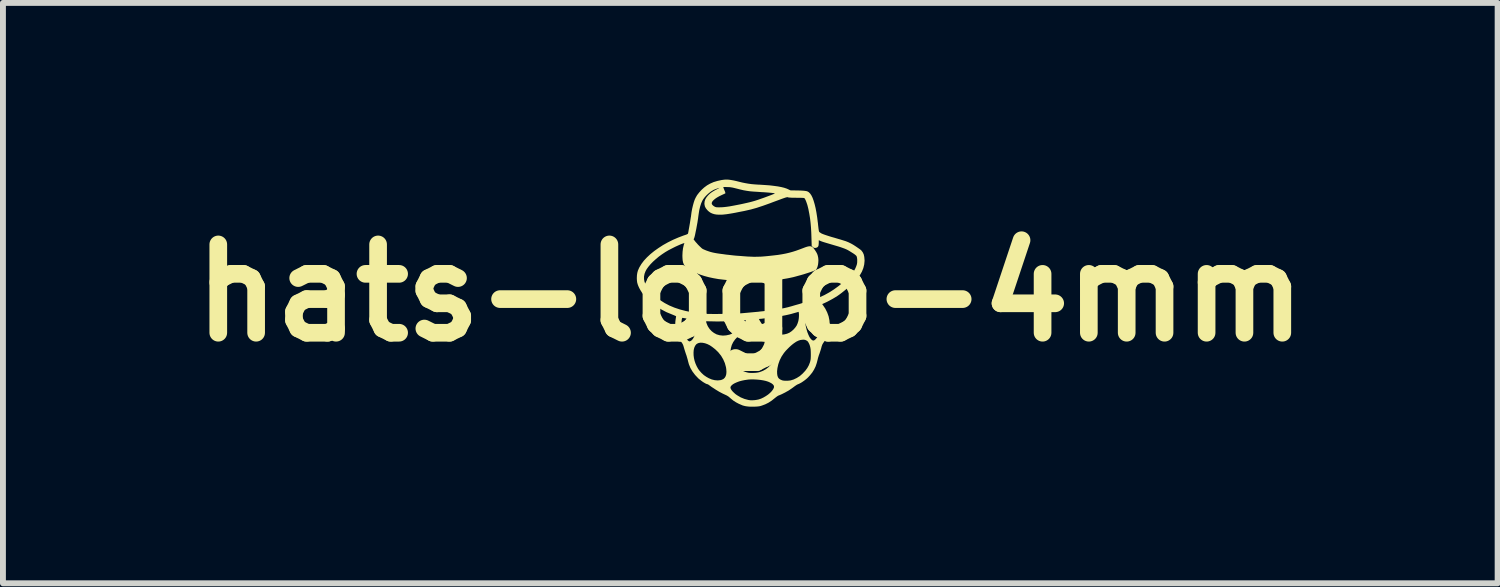
<source format=kicad_pcb>
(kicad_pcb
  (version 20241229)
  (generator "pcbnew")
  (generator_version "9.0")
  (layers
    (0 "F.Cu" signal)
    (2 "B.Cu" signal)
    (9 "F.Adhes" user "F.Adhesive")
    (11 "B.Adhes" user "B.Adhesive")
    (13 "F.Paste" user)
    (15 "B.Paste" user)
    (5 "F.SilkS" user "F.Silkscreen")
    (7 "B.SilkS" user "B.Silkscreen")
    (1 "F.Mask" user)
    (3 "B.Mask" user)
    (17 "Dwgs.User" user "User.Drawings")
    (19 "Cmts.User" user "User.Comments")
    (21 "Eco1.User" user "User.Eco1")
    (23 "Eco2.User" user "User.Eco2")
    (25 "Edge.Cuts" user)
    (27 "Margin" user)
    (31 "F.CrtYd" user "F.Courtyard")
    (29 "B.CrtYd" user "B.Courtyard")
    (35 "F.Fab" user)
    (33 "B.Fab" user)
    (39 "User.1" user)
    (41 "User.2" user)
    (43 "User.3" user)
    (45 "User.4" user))
  (footprint "hats-logo-4mm"
    (layer "F.Cu")
    (at 9.693 1.923)
    (property "Reference" "hats-logo-4mm" (at 0 0 0) (layer "F.SilkS") (effects (font (size 1.5 1.5) (thickness 0.3))))
    (attr board_only exclude_from_pos_files exclude_from_bom)
    (fp_poly (pts (xy -0.363 -1.921) (xy -0.328 -1.916) (xy -0.288 -1.909) (xy -0.242 -1.899) (xy -0.198 -1.888) (xy -0.137 -1.873) (xy -0.082 -1.862) (xy -0.03 -1.853) (xy 0.022 -1.846) (xy 0.078 -1.841) (xy 0.139 -1.837) (xy 0.149 -1.837) (xy 0.242 -1.831) (xy 0.327 -1.825) (xy 0.402 -1.816) (xy 0.468 -1.807) (xy 0.526 -1.796) (xy 0.575 -1.784) (xy 0.617 -1.77) (xy 0.642 -1.759) (xy 0.681 -1.74) (xy 0.804 -1.738) (xy 0.848 -1.737) (xy 0.884 -1.735) (xy 0.913 -1.733) (xy 0.936 -1.73) (xy 0.955 -1.727) (xy 0.97 -1.722) (xy 0.982 -1.716) (xy 0.994 -1.708) (xy 0.995 -1.707) (xy 1.017 -1.685) (xy 1.038 -1.654) (xy 1.058 -1.613) (xy 1.076 -1.563) (xy 1.093 -1.505) (xy 1.109 -1.439) (xy 1.123 -1.365) (xy 1.136 -1.282) (xy 1.147 -1.193) (xy 1.148 -1.189) (xy 1.152 -1.147) (xy 1.156 -1.113) (xy 1.159 -1.087) (xy 1.162 -1.068) (xy 1.164 -1.054) (xy 1.167 -1.044) (xy 1.169 -1.037) (xy 1.173 -1.033) (xy 1.177 -1.029) (xy 1.182 -1.025) (xy 1.186 -1.023) (xy 1.196 -1.016) (xy 1.209 -1.008) (xy 1.225 -1.001) (xy 1.245 -0.993) (xy 1.27 -0.984) (xy 1.3 -0.974) (xy 1.337 -0.962) (xy 1.382 -0.948) (xy 1.436 -0.933) (xy 1.442 -0.931) (xy 1.492 -0.916) (xy 1.534 -0.904) (xy 1.569 -0.893) (xy 1.598 -0.884) (xy 1.623 -0.876) (xy 1.643 -0.868) (xy 1.661 -0.861) (xy 1.678 -0.853) (xy 1.694 -0.845) (xy 1.705 -0.84) (xy 1.729 -0.827) (xy 1.756 -0.811) (xy 1.784 -0.793) (xy 1.812 -0.774) (xy 1.838 -0.756) (xy 1.861 -0.74) (xy 1.879 -0.726) (xy 1.889 -0.716) (xy 1.911 -0.686) (xy 1.927 -0.651) (xy 1.936 -0.61) (xy 1.94 -0.562) (xy 1.941 -0.545) (xy 1.935 -0.482) (xy 1.92 -0.42) (xy 1.896 -0.36) (xy 1.862 -0.3) (xy 1.818 -0.242) (xy 1.789 -0.21) (xy 1.749 -0.17) (xy 1.703 -0.127) (xy 1.654 -0.082) (xy 1.602 -0.039) (xy 1.552 0.001) (xy 1.516 0.028) (xy 1.482 0.052) (xy 1.442 0.077) (xy 1.398 0.103) (xy 1.352 0.128) (xy 1.309 0.151) (xy 1.288 0.161) (xy 1.221 0.192) (xy 1.233 0.208) (xy 1.274 0.269) (xy 1.306 0.333) (xy 1.33 0.399) (xy 1.344 0.467) (xy 1.35 0.536) (xy 1.348 0.583) (xy 1.338 0.646) (xy 1.321 0.705) (xy 1.296 0.763) (xy 1.262 0.82) (xy 1.236 0.857) (xy 1.224 0.878) (xy 1.213 0.908) (xy 1.209 0.923) (xy 1.203 0.946) (xy 1.194 0.975) (xy 1.184 1.006) (xy 1.175 1.033) (xy 1.165 1.059) (xy 1.157 1.085) (xy 1.15 1.108) (xy 1.146 1.125) (xy 1.146 1.126) (xy 1.129 1.192) (xy 1.109 1.251) (xy 1.083 1.304) (xy 1.052 1.354) (xy 1.014 1.401) (xy 0.98 1.438) (xy 0.956 1.46) (xy 0.929 1.482) (xy 0.9 1.503) (xy 0.872 1.522) (xy 0.845 1.537) (xy 0.823 1.548) (xy 0.812 1.552) (xy 0.803 1.556) (xy 0.788 1.564) (xy 0.77 1.576) (xy 0.749 1.591) (xy 0.747 1.592) (xy 0.725 1.609) (xy 0.701 1.626) (xy 0.68 1.64) (xy 0.666 1.65) (xy 0.646 1.663) (xy 0.62 1.677) (xy 0.592 1.693) (xy 0.562 1.708) (xy 0.534 1.722) (xy 0.509 1.733) (xy 0.49 1.741) (xy 0.488 1.741) (xy 0.469 1.75) (xy 0.448 1.764) (xy 0.421 1.785) (xy 0.42 1.786) (xy 0.365 1.83) (xy 0.31 1.866) (xy 0.254 1.894) (xy 0.195 1.916) (xy 0.165 1.925) (xy 0.141 1.929) (xy 0.109 1.932) (xy 0.072 1.934) (xy 0.033 1.934) (xy -0.005 1.934) (xy -0.041 1.931) (xy -0.071 1.927) (xy -0.088 1.924) (xy -0.108 1.919) (xy -0.126 1.914) (xy -0.138 1.91) (xy -0.139 1.909) (xy -0.195 1.885) (xy -0.244 1.859) (xy -0.289 1.83) (xy -0.332 1.795) (xy -0.341 1.787) (xy -0.369 1.763) (xy -0.396 1.746) (xy -0.408 1.74) (xy -0.466 1.713) (xy -0.527 1.681) (xy -0.588 1.644) (xy -0.641 1.609) (xy -0.337 1.609) (xy -0.333 1.627) (xy -0.321 1.649) (xy -0.303 1.672) (xy -0.279 1.696) (xy -0.251 1.721) (xy -0.222 1.741) (xy -0.163 1.776) (xy -0.1 1.802) (xy -0.037 1.819) (xy -0.022 1.822) (xy 0.006 1.825) (xy 0.039 1.825) (xy 0.075 1.823) (xy 0.109 1.818) (xy 0.139 1.812) (xy 0.139 1.812) (xy 0.182 1.798) (xy 0.224 1.778) (xy 0.265 1.754) (xy 0.303 1.728) (xy 0.337 1.699) (xy 0.365 1.67) (xy 0.387 1.64) (xy 0.401 1.612) (xy 0.403 1.591) (xy 0.397 1.572) (xy 0.382 1.554) (xy 0.358 1.536) (xy 0.325 1.519) (xy 0.302 1.509) (xy 0.264 1.497) (xy 0.219 1.487) (xy 0.168 1.479) (xy 0.115 1.474) (xy 0.06 1.471) (xy 0.007 1.471) (xy -0.042 1.474) (xy -0.044 1.475) (xy -0.094 1.482) (xy -0.142 1.492) (xy -0.187 1.504) (xy -0.227 1.519) (xy -0.263 1.535) (xy -0.293 1.552) (xy -0.315 1.57) (xy -0.331 1.588) (xy -0.337 1.606) (xy -0.337 1.609) (xy -0.641 1.609) (xy -0.647 1.606) (xy -0.679 1.583) (xy -0.697 1.57) (xy -0.711 1.56) (xy -0.721 1.554) (xy -0.725 1.553) (xy -0.738 1.55) (xy -0.757 1.542) (xy -0.78 1.529) (xy -0.806 1.513) (xy -0.832 1.494) (xy -0.858 1.474) (xy -0.881 1.455) (xy -0.885 1.451) (xy -0.937 1.396) (xy -0.981 1.338) (xy -1.017 1.277) (xy -1.043 1.213) (xy -1.058 1.158) (xy -1.062 1.14) (xy -1.069 1.116) (xy -1.077 1.088) (xy -1.086 1.058) (xy -1.092 1.043) (xy -1.101 1.015) (xy -0.964 1.015) (xy -0.963 1.061) (xy -0.957 1.108) (xy -0.946 1.156) (xy -0.93 1.203) (xy -0.91 1.248) (xy -0.886 1.291) (xy -0.866 1.319) (xy -0.828 1.362) (xy -0.789 1.398) (xy -0.745 1.428) (xy -0.704 1.451) (xy -0.654 1.472) (xy -0.603 1.484) (xy -0.553 1.488) (xy -0.505 1.483) (xy -0.484 1.477) (xy -0.456 1.464) (xy -0.434 1.443) (xy -0.418 1.416) (xy -0.408 1.382) (xy -0.405 1.342) (xy -0.408 1.296) (xy -0.413 1.263) (xy -0.432 1.194) (xy -0.46 1.13) (xy -0.496 1.069) (xy -0.542 1.012) (xy -0.542 1.011) (xy -0.337 1.011) (xy -0.332 1.068) (xy -0.319 1.122) (xy -0.297 1.173) (xy -0.267 1.219) (xy -0.229 1.26) (xy -0.185 1.295) (xy -0.134 1.324) (xy -0.086 1.343) (xy -0.059 1.351) (xy -0.035 1.357) (xy -0.009 1.36) (xy 0.02 1.361) (xy 0.056 1.361) (xy 0.059 1.36) (xy 0.09 1.359) (xy 0.115 1.356) (xy 0.138 1.352) (xy 0.16 1.346) (xy 0.161 1.346) (xy 0.198 1.332) (xy 0.455 1.332) (xy 0.456 1.374) (xy 0.461 1.408) (xy 0.471 1.436) (xy 0.487 1.457) (xy 0.51 1.473) (xy 0.54 1.486) (xy 0.547 1.488) (xy 0.57 1.492) (xy 0.598 1.494) (xy 0.63 1.494) (xy 0.66 1.491) (xy 0.684 1.488) (xy 0.737 1.472) (xy 0.789 1.447) (xy 0.84 1.415) (xy 0.886 1.375) (xy 0.891 1.37) (xy 0.934 1.324) (xy 0.968 1.278) (xy 0.994 1.231) (xy 1.013 1.182) (xy 1.017 1.168) (xy 1.021 1.152) (xy 1.024 1.137) (xy 1.026 1.119) (xy 1.027 1.098) (xy 1.028 1.07) (xy 1.028 1.043) (xy 1.027 0.998) (xy 1.025 0.961) (xy 1.02 0.93) (xy 1.013 0.902) (xy 1.004 0.876) (xy 0.991 0.849) (xy 0.991 0.849) (xy 0.98 0.832) (xy 0.97 0.82) (xy 0.956 0.811) (xy 0.949 0.808) (xy 0.935 0.801) (xy 0.922 0.798) (xy 0.909 0.796) (xy 0.89 0.797) (xy 0.883 0.797) (xy 0.849 0.802) (xy 0.816 0.813) (xy 0.781 0.83) (xy 0.744 0.855) (xy 0.725 0.869) (xy 0.696 0.893) (xy 0.664 0.922) (xy 0.633 0.953) (xy 0.603 0.984) (xy 0.579 1.013) (xy 0.571 1.023) (xy 0.531 1.083) (xy 0.499 1.147) (xy 0.476 1.212) (xy 0.461 1.279) (xy 0.455 1.332) (xy 0.198 1.332) (xy 0.216 1.325) (xy 0.265 1.297) (xy 0.309 1.263) (xy 0.346 1.224) (xy 0.377 1.18) (xy 0.4 1.133) (xy 0.416 1.084) (xy 0.424 1.032) (xy 0.423 0.98) (xy 0.414 0.928) (xy 0.395 0.876) (xy 0.393 0.872) (xy 0.365 0.823) (xy 0.329 0.78) (xy 0.287 0.742) (xy 0.239 0.71) (xy 0.187 0.685) (xy 0.132 0.667) (xy 0.075 0.657) (xy 0.018 0.656) (xy -0.01 0.659) (xy -0.07 0.671) (xy -0.125 0.691) (xy -0.175 0.718) (xy -0.22 0.752) (xy -0.258 0.792) (xy -0.29 0.837) (xy -0.314 0.886) (xy -0.329 0.939) (xy -0.337 0.996) (xy -0.337 1.011) (xy -0.542 1.011) (xy -0.596 0.959) (xy -0.647 0.919) (xy -0.687 0.892) (xy -0.729 0.871) (xy -0.769 0.857) (xy -0.808 0.849) (xy -0.844 0.847) (xy -0.876 0.852) (xy -0.903 0.864) (xy -0.919 0.876) (xy -0.938 0.902) (xy -0.952 0.934) (xy -0.961 0.972) (xy -0.964 1.015) (xy -1.101 1.015) (xy -1.102 1.013) (xy -1.112 0.981) (xy -1.121 0.952) (xy -1.128 0.928) (xy -1.13 0.92) (xy -1.137 0.897) (xy -1.144 0.879) (xy -1.153 0.862) (xy -1.166 0.843) (xy -1.173 0.833) (xy -1.212 0.773) (xy -1.242 0.711) (xy -1.262 0.646) (xy -1.273 0.579) (xy -1.275 0.535) (xy -1.274 0.513) (xy -1.169 0.513) (xy -1.169 0.543) (xy -1.167 0.573) (xy -1.164 0.601) (xy -1.16 0.626) (xy -1.158 0.635) (xy -1.144 0.677) (xy -1.127 0.718) (xy -1.106 0.755) (xy -1.084 0.786) (xy -1.06 0.809) (xy -1.057 0.812) (xy -1.044 0.821) (xy -1.035 0.825) (xy -1.027 0.824) (xy -1.014 0.819) (xy -0.995 0.806) (xy -0.977 0.785) (xy -0.959 0.755) (xy -0.943 0.717) (xy -0.927 0.673) (xy -0.913 0.622) (xy -0.902 0.57) (xy -0.895 0.536) (xy -0.891 0.511) (xy -0.888 0.493) (xy -0.887 0.485) (xy -0.75 0.485) (xy -0.75 0.491) (xy -0.747 0.505) (xy -0.741 0.522) (xy -0.733 0.542) (xy -0.725 0.561) (xy -0.717 0.576) (xy -0.69 0.616) (xy -0.656 0.652) (xy -0.618 0.681) (xy -0.576 0.704) (xy -0.572 0.706) (xy -0.52 0.721) (xy -0.465 0.727) (xy -0.41 0.723) (xy -0.354 0.711) (xy -0.342 0.707) (xy -0.284 0.682) (xy -0.23 0.65) (xy -0.18 0.611) (xy -0.137 0.567) (xy -0.114 0.536) (xy -0.098 0.513) (xy -0.086 0.493) (xy -0.078 0.478) (xy -0.074 0.468) (xy -0.074 0.466) (xy -0.079 0.466) (xy -0.093 0.467) (xy -0.113 0.468) (xy -0.137 0.47) (xy -0.161 0.472) (xy -0.211 0.475) (xy -0.266 0.478) (xy -0.325 0.481) (xy -0.385 0.483) (xy -0.446 0.485) (xy -0.504 0.486) (xy -0.558 0.487) (xy -0.606 0.486) (xy -0.647 0.485) (xy -0.651 0.485) (xy -0.681 0.484) (xy -0.707 0.484) (xy -0.729 0.483) (xy -0.743 0.484) (xy -0.75 0.484) (xy -0.75 0.485) (xy -0.887 0.485) (xy -0.886 0.481) (xy -0.886 0.473) (xy -0.888 0.47) (xy -0.89 0.469) (xy -0.9 0.468) (xy -0.918 0.466) (xy -0.941 0.462) (xy -0.968 0.458) (xy -0.998 0.453) (xy -1.027 0.448) (xy -1.043 0.445) (xy 0.146 0.445) (xy 0.164 0.478) (xy 0.199 0.533) (xy 0.241 0.582) (xy 0.288 0.624) (xy 0.34 0.659) (xy 0.396 0.686) (xy 0.415 0.693) (xy 0.461 0.706) (xy 0.504 0.711) (xy 0.547 0.71) (xy 0.579 0.706) (xy 0.624 0.695) (xy 0.664 0.678) (xy 0.701 0.653) (xy 0.735 0.623) (xy 0.764 0.59) (xy 0.787 0.557) (xy 0.803 0.521) (xy 0.816 0.48) (xy 0.82 0.459) (xy 0.824 0.433) (xy 0.826 0.406) (xy 0.827 0.379) (xy 0.826 0.355) (xy 0.824 0.338) (xy 0.823 0.333) (xy 0.82 0.323) (xy 0.787 0.333) (xy 0.74 0.346) (xy 0.695 0.359) (xy 0.65 0.37) (xy 0.605 0.38) (xy 0.558 0.389) (xy 0.509 0.398) (xy 0.455 0.406) (xy 0.397 0.415) (xy 0.332 0.423) (xy 0.26 0.432) (xy 0.179 0.442) (xy 0.172 0.442) (xy 0.146 0.445) (xy -1.043 0.445) (xy -1.055 0.443) (xy -1.079 0.439) (xy -1.087 0.437) (xy -1.11 0.432) (xy -1.13 0.429) (xy -1.144 0.426) (xy -1.151 0.425) (xy -1.151 0.425) (xy -1.157 0.43) (xy -1.162 0.442) (xy -1.165 0.462) (xy -1.168 0.486) (xy -1.169 0.513) (xy -1.274 0.513) (xy -1.274 0.51) (xy -1.272 0.482) (xy -1.268 0.452) (xy -1.264 0.425) (xy -1.26 0.403) (xy -1.26 0.401) (xy -1.263 0.397) (xy -1.276 0.39) (xy -1.299 0.38) (xy -1.326 0.369) (xy -1.425 0.328) (xy -1.516 0.28) (xy -1.6 0.227) (xy -1.679 0.166) (xy -1.752 0.099) (xy -1.797 0.051) (xy -1.835 0.004) (xy -1.865 -0.043) (xy -1.886 -0.081) (xy -1.902 -0.116) (xy -1.913 -0.146) (xy -1.921 -0.175) (xy -1.925 -0.205) (xy -1.927 -0.239) (xy -1.927 -0.254) (xy -1.926 -0.277) (xy -1.805 -0.277) (xy -1.805 -0.232) (xy -1.796 -0.186) (xy -1.777 -0.139) (xy -1.75 -0.092) (xy -1.714 -0.043) (xy -1.668 0.008) (xy -1.661 0.015) (xy -1.597 0.074) (xy -1.528 0.127) (xy -1.454 0.174) (xy -1.374 0.216) (xy -1.288 0.252) (xy -1.195 0.283) (xy -1.096 0.309) (xy -0.989 0.33) (xy -0.874 0.346) (xy -0.767 0.356) (xy -0.743 0.358) (xy -0.711 0.359) (xy -0.671 0.359) (xy -0.626 0.36) (xy -0.577 0.36) (xy -0.525 0.359) (xy -0.471 0.359) (xy -0.417 0.358) (xy -0.365 0.357) (xy -0.315 0.356) (xy -0.269 0.354) (xy -0.228 0.353) (xy -0.194 0.351) (xy -0.178 0.35) (xy -0.062 0.34) (xy 0.045 0.33) (xy 0.144 0.321) (xy 0.155 0.319) (xy 0.919 0.319) (xy 0.919 0.339) (xy 0.92 0.366) (xy 0.92 0.371) (xy 0.924 0.438) (xy 0.932 0.502) (xy 0.942 0.563) (xy 0.955 0.619) (xy 0.97 0.67) (xy 0.988 0.715) (xy 1.006 0.753) (xy 1.027 0.782) (xy 1.034 0.79) (xy 1.052 0.805) (xy 1.068 0.811) (xy 1.084 0.808) (xy 1.101 0.796) (xy 1.101 0.796) (xy 1.118 0.778) (xy 1.137 0.753) (xy 1.154 0.724) (xy 1.17 0.694) (xy 1.177 0.679) (xy 1.191 0.636) (xy 1.201 0.594) (xy 1.205 0.549) (xy 1.205 0.499) (xy 1.205 0.496) (xy 1.201 0.449) (xy 1.194 0.408) (xy 1.182 0.37) (xy 1.165 0.333) (xy 1.16 0.324) (xy 1.149 0.305) (xy 1.137 0.286) (xy 1.124 0.269) (xy 1.112 0.254) (xy 1.103 0.243) (xy 1.098 0.239) (xy 1.091 0.241) (xy 1.076 0.245) (xy 1.057 0.251) (xy 1.033 0.258) (xy 1.008 0.266) (xy 0.984 0.274) (xy 0.961 0.281) (xy 0.942 0.288) (xy 0.929 0.293) (xy 0.924 0.295) (xy 0.921 0.299) (xy 0.919 0.307) (xy 0.919 0.319) (xy 0.155 0.319) (xy 0.234 0.311) (xy 0.316 0.301) (xy 0.39 0.291) (xy 0.458 0.281) (xy 0.52 0.27) (xy 0.575 0.26) (xy 0.626 0.248) (xy 0.64 0.245) (xy 0.668 0.237) (xy 0.702 0.228) (xy 0.742 0.216) (xy 0.787 0.203) (xy 0.834 0.19) (xy 0.881 0.175) (xy 0.928 0.161) (xy 0.972 0.148) (xy 1.012 0.135) (xy 1.046 0.124) (xy 1.072 0.116) (xy 1.075 0.115) (xy 1.169 0.079) (xy 1.256 0.04) (xy 1.338 -0.005) (xy 1.417 -0.055) (xy 1.496 -0.112) (xy 1.521 -0.132) (xy 1.551 -0.157) (xy 1.583 -0.185) (xy 1.616 -0.214) (xy 1.648 -0.245) (xy 1.678 -0.274) (xy 1.704 -0.301) (xy 1.726 -0.324) (xy 1.74 -0.342) (xy 1.762 -0.374) (xy 1.782 -0.41) (xy 1.798 -0.447) (xy 1.81 -0.481) (xy 1.81 -0.483) (xy 1.815 -0.508) (xy 1.816 -0.537) (xy 1.816 -0.566) (xy 1.813 -0.593) (xy 1.808 -0.614) (xy 1.805 -0.621) (xy 1.799 -0.63) (xy 1.788 -0.64) (xy 1.772 -0.653) (xy 1.749 -0.669) (xy 1.739 -0.675) (xy 1.712 -0.692) (xy 1.688 -0.707) (xy 1.666 -0.72) (xy 1.644 -0.732) (xy 1.622 -0.742) (xy 1.598 -0.752) (xy 1.57 -0.762) (xy 1.539 -0.773) (xy 1.502 -0.785) (xy 1.458 -0.798) (xy 1.407 -0.813) (xy 1.38 -0.821) (xy 1.343 -0.832) (xy 1.306 -0.843) (xy 1.272 -0.853) (xy 1.243 -0.862) (xy 1.219 -0.87) (xy 1.203 -0.876) (xy 1.203 -0.876) (xy 1.163 -0.893) (xy 1.163 -0.849) (xy 1.161 -0.821) (xy 1.158 -0.8) (xy 1.151 -0.785) (xy 1.14 -0.774) (xy 1.133 -0.77) (xy 1.119 -0.765) (xy 1.102 -0.762) (xy 1.099 -0.762) (xy 1.084 -0.764) (xy 1.072 -0.77) (xy 1.061 -0.779) (xy 1.043 -0.795) (xy 1.039 -0.924) (xy 1.036 -1.019) (xy 1.031 -1.107) (xy 1.024 -1.188) (xy 1.015 -1.264) (xy 1.003 -1.338) (xy 0.989 -1.41) (xy 0.989 -1.413) (xy 0.979 -1.454) (xy 0.969 -1.493) (xy 0.957 -1.528) (xy 0.946 -1.559) (xy 0.935 -1.583) (xy 0.925 -1.601) (xy 0.915 -1.61) (xy 0.915 -1.61) (xy 0.908 -1.611) (xy 0.892 -1.612) (xy 0.87 -1.613) (xy 0.842 -1.614) (xy 0.81 -1.614) (xy 0.784 -1.614) (xy 0.74 -1.615) (xy 0.704 -1.615) (xy 0.677 -1.617) (xy 0.658 -1.618) (xy 0.646 -1.62) (xy 0.643 -1.621) (xy 0.639 -1.623) (xy 0.635 -1.624) (xy 0.631 -1.624) (xy 0.625 -1.624) (xy 0.618 -1.622) (xy 0.607 -1.62) (xy 0.594 -1.616) (xy 0.576 -1.61) (xy 0.553 -1.602) (xy 0.525 -1.592) (xy 0.491 -1.579) (xy 0.45 -1.564) (xy 0.401 -1.546) (xy 0.343 -1.524) (xy 0.341 -1.523) (xy 0.274 -1.499) (xy 0.215 -1.478) (xy 0.16 -1.46) (xy 0.109 -1.443) (xy 0.059 -1.429) (xy 0.009 -1.415) (xy -0.044 -1.403) (xy -0.101 -1.39) (xy -0.163 -1.378) (xy -0.234 -1.364) (xy -0.237 -1.363) (xy -0.291 -1.353) (xy -0.337 -1.345) (xy -0.376 -1.339) (xy -0.409 -1.334) (xy -0.439 -1.331) (xy -0.466 -1.328) (xy -0.492 -1.327) (xy -0.515 -1.327) (xy -0.566 -1.328) (xy -0.61 -1.335) (xy -0.648 -1.347) (xy -0.682 -1.364) (xy -0.713 -1.388) (xy -0.73 -1.405) (xy -0.755 -1.436) (xy -0.771 -1.467) (xy -0.778 -1.501) (xy -0.779 -1.515) (xy -0.655 -1.515) (xy -0.652 -1.505) (xy -0.641 -1.49) (xy -0.624 -1.475) (xy -0.603 -1.462) (xy -0.591 -1.457) (xy -0.575 -1.453) (xy -0.55 -1.452) (xy -0.518 -1.452) (xy -0.482 -1.453) (xy -0.442 -1.456) (xy -0.4 -1.461) (xy -0.358 -1.467) (xy -0.34 -1.47) (xy -0.286 -1.48) (xy -0.229 -1.491) (xy -0.172 -1.502) (xy -0.116 -1.514) (xy -0.063 -1.526) (xy -0.015 -1.537) (xy 0.027 -1.548) (xy 0.056 -1.556) (xy 0.08 -1.563) (xy 0.111 -1.573) (xy 0.147 -1.585) (xy 0.186 -1.599) (xy 0.227 -1.613) (xy 0.268 -1.628) (xy 0.278 -1.632) (xy 0.319 -1.647) (xy 0.351 -1.659) (xy 0.376 -1.669) (xy 0.394 -1.676) (xy 0.406 -1.682) (xy 0.413 -1.685) (xy 0.415 -1.688) (xy 0.414 -1.69) (xy 0.41 -1.691) (xy 0.396 -1.693) (xy 0.374 -1.696) (xy 0.345 -1.699) (xy 0.31 -1.702) (xy 0.273 -1.705) (xy 0.233 -1.708) (xy 0.192 -1.71) (xy 0.152 -1.713) (xy 0.122 -1.715) (xy 0.057 -1.719) (xy -0.003 -1.724) (xy -0.059 -1.732) (xy -0.116 -1.742) (xy -0.176 -1.756) (xy -0.219 -1.767) (xy -0.255 -1.776) (xy -0.283 -1.783) (xy -0.306 -1.788) (xy -0.326 -1.791) (xy -0.344 -1.794) (xy -0.363 -1.795) (xy -0.385 -1.796) (xy -0.392 -1.796) (xy -0.423 -1.797) (xy -0.445 -1.797) (xy -0.457 -1.795) (xy -0.459 -1.794) (xy -0.457 -1.787) (xy -0.452 -1.774) (xy -0.445 -1.756) (xy -0.439 -1.741) (xy -0.43 -1.72) (xy -0.425 -1.704) (xy -0.423 -1.693) (xy -0.423 -1.69) (xy -0.429 -1.687) (xy -0.442 -1.68) (xy -0.46 -1.672) (xy -0.482 -1.662) (xy -0.482 -1.662) (xy -0.527 -1.64) (xy -0.566 -1.618) (xy -0.598 -1.596) (xy -0.624 -1.574) (xy -0.643 -1.553) (xy -0.653 -1.533) (xy -0.655 -1.515) (xy -0.779 -1.515) (xy -0.779 -1.519) (xy -0.775 -1.556) (xy -0.763 -1.59) (xy -0.742 -1.624) (xy -0.717 -1.654) (xy -0.696 -1.675) (xy -0.675 -1.693) (xy -0.653 -1.709) (xy -0.628 -1.725) (xy -0.597 -1.743) (xy -0.58 -1.752) (xy -0.558 -1.763) (xy -0.541 -1.772) (xy -0.529 -1.779) (xy -0.523 -1.783) (xy -0.523 -1.783) (xy -0.531 -1.781) (xy -0.546 -1.777) (xy -0.565 -1.77) (xy -0.585 -1.763) (xy -0.605 -1.755) (xy -0.622 -1.748) (xy -0.629 -1.744) (xy -0.666 -1.722) (xy -0.704 -1.693) (xy -0.74 -1.66) (xy -0.773 -1.625) (xy -0.8 -1.589) (xy -0.814 -1.565) (xy -0.834 -1.521) (xy -0.851 -1.468) (xy -0.866 -1.407) (xy -0.877 -1.338) (xy -0.884 -1.287) (xy -0.887 -1.262) (xy -0.892 -1.232) (xy -0.897 -1.197) (xy -0.904 -1.16) (xy -0.911 -1.121) (xy -0.918 -1.082) (xy -0.926 -1.045) (xy -0.933 -1.01) (xy -0.939 -0.98) (xy -0.945 -0.956) (xy -0.95 -0.939) (xy -0.952 -0.931) (xy -0.963 -0.908) (xy -0.943 -0.882) (xy -0.928 -0.863) (xy -0.908 -0.841) (xy -0.887 -0.817) (xy -0.865 -0.795) (xy -0.844 -0.775) (xy -0.826 -0.758) (xy -0.813 -0.748) (xy -0.796 -0.739) (xy -0.773 -0.729) (xy -0.744 -0.717) (xy -0.712 -0.706) (xy -0.679 -0.695) (xy -0.648 -0.687) (xy -0.64 -0.685) (xy -0.617 -0.68) (xy -0.586 -0.674) (xy -0.549 -0.668) (xy -0.506 -0.662) (xy -0.46 -0.656) (xy -0.411 -0.649) (xy -0.362 -0.644) (xy -0.313 -0.638) (xy -0.267 -0.633) (xy -0.233 -0.63) (xy -0.162 -0.625) (xy -0.1 -0.62) (xy -0.045 -0.616) (xy 0.005 -0.614) (xy 0.051 -0.612) (xy 0.094 -0.612) (xy 0.135 -0.613) (xy 0.177 -0.614) (xy 0.22 -0.617) (xy 0.266 -0.621) (xy 0.315 -0.626) (xy 0.398 -0.635) (xy 0.473 -0.644) (xy 0.541 -0.655) (xy 0.604 -0.667) (xy 0.663 -0.681) (xy 0.721 -0.697) (xy 0.778 -0.715) (xy 0.836 -0.736) (xy 0.855 -0.743) (xy 0.897 -0.759) (xy 0.931 -0.772) (xy 0.958 -0.781) (xy 0.98 -0.787) (xy 0.998 -0.79) (xy 1.012 -0.791) (xy 1.025 -0.79) (xy 1.037 -0.786) (xy 1.041 -0.784) (xy 1.051 -0.779) (xy 1.06 -0.773) (xy 1.07 -0.763) (xy 1.081 -0.749) (xy 1.096 -0.728) (xy 1.097 -0.727) (xy 1.119 -0.693) (xy 1.136 -0.661) (xy 1.146 -0.631) (xy 1.153 -0.598) (xy 1.154 -0.591) (xy 1.157 -0.554) (xy 1.155 -0.517) (xy 1.151 -0.481) (xy 1.143 -0.447) (xy 1.133 -0.419) (xy 1.121 -0.398) (xy 1.113 -0.39) (xy 1.102 -0.383) (xy 1.082 -0.374) (xy 1.056 -0.364) (xy 1.023 -0.352) (xy 0.986 -0.34) (xy 0.945 -0.327) (xy 0.901 -0.313) (xy 0.856 -0.3) (xy 0.811 -0.288) (xy 0.768 -0.276) (xy 0.726 -0.265) (xy 0.688 -0.257) (xy 0.675 -0.254) (xy 0.635 -0.246) (xy 0.588 -0.238) (xy 0.536 -0.23) (xy 0.483 -0.222) (xy 0.43 -0.215) (xy 0.38 -0.209) (xy 0.337 -0.204) (xy 0.314 -0.203) (xy 0.282 -0.201) (xy 0.243 -0.2) (xy 0.198 -0.2) (xy 0.149 -0.199) (xy 0.097 -0.199) (xy 0.043 -0.199) (xy -0.011 -0.199) (xy -0.064 -0.2) (xy -0.115 -0.201) (xy -0.161 -0.202) (xy -0.203 -0.203) (xy -0.237 -0.205) (xy -0.346 -0.212) (xy -0.446 -0.222) (xy -0.539 -0.233) (xy -0.625 -0.248) (xy -0.704 -0.265) (xy -0.779 -0.285) (xy -0.849 -0.308) (xy -0.916 -0.335) (xy -0.98 -0.366) (xy -1.035 -0.395) (xy -1.068 -0.416) (xy -1.095 -0.438) (xy -1.116 -0.461) (xy -1.131 -0.487) (xy -1.142 -0.517) (xy -1.149 -0.554) (xy -1.152 -0.597) (xy -1.153 -0.633) (xy -1.15 -0.697) (xy -1.143 -0.755) (xy -1.131 -0.807) (xy -1.129 -0.815) (xy -1.119 -0.845) (xy -1.13 -0.842) (xy -1.157 -0.833) (xy -1.19 -0.82) (xy -1.228 -0.803) (xy -1.27 -0.784) (xy -1.312 -0.763) (xy -1.353 -0.742) (xy -1.393 -0.721) (xy -1.427 -0.701) (xy -1.441 -0.693) (xy -1.498 -0.655) (xy -1.553 -0.615) (xy -1.604 -0.572) (xy -1.652 -0.529) (xy -1.694 -0.486) (xy -1.73 -0.443) (xy -1.759 -0.403) (xy -1.778 -0.369) (xy -1.796 -0.323) (xy -1.805 -0.277) (xy -1.926 -0.277) (xy -1.925 -0.299) (xy -1.919 -0.339) (xy -1.909 -0.376) (xy -1.892 -0.415) (xy -1.883 -0.434) (xy -1.849 -0.49) (xy -1.807 -0.546) (xy -1.756 -0.601) (xy -1.697 -0.656) (xy -1.632 -0.709) (xy -1.56 -0.76) (xy -1.483 -0.81) (xy -1.401 -0.856) (xy -1.315 -0.899) (xy -1.225 -0.938) (xy -1.133 -0.973) (xy -1.1 -0.984) (xy -1.078 -0.992) (xy -1.064 -1) (xy -1.058 -1.005) (xy -1.056 -1.015) (xy -1.052 -1.032) (xy -1.048 -1.056) (xy -1.043 -1.085) (xy -1.037 -1.117) (xy -1.031 -1.152) (xy -1.025 -1.186) (xy -1.02 -1.22) (xy -1.015 -1.251) (xy -1.011 -1.277) (xy -1.007 -1.298) (xy -1.006 -1.309) (xy -0.998 -1.37) (xy -0.987 -1.429) (xy -0.974 -1.484) (xy -0.96 -1.535) (xy -0.945 -1.579) (xy -0.93 -1.612) (xy -0.904 -1.658) (xy -0.869 -1.703) (xy -0.829 -1.747) (xy -0.784 -1.788) (xy -0.737 -1.823) (xy -0.736 -1.824) (xy -0.683 -1.854) (xy -0.624 -1.88) (xy -0.558 -1.9) (xy -0.489 -1.915) (xy -0.453 -1.92) (xy -0.424 -1.923) (xy -0.394 -1.923)) (stroke (width 0) (type solid)) (fill yes) (layer "F.SilkS")))
  (gr_rect
    (start -3 -3)
    (end 22.386 6.857)
    (stroke (width 0.1) (type default))
    (fill no)
    (layer "Edge.Cuts")))
</source>
